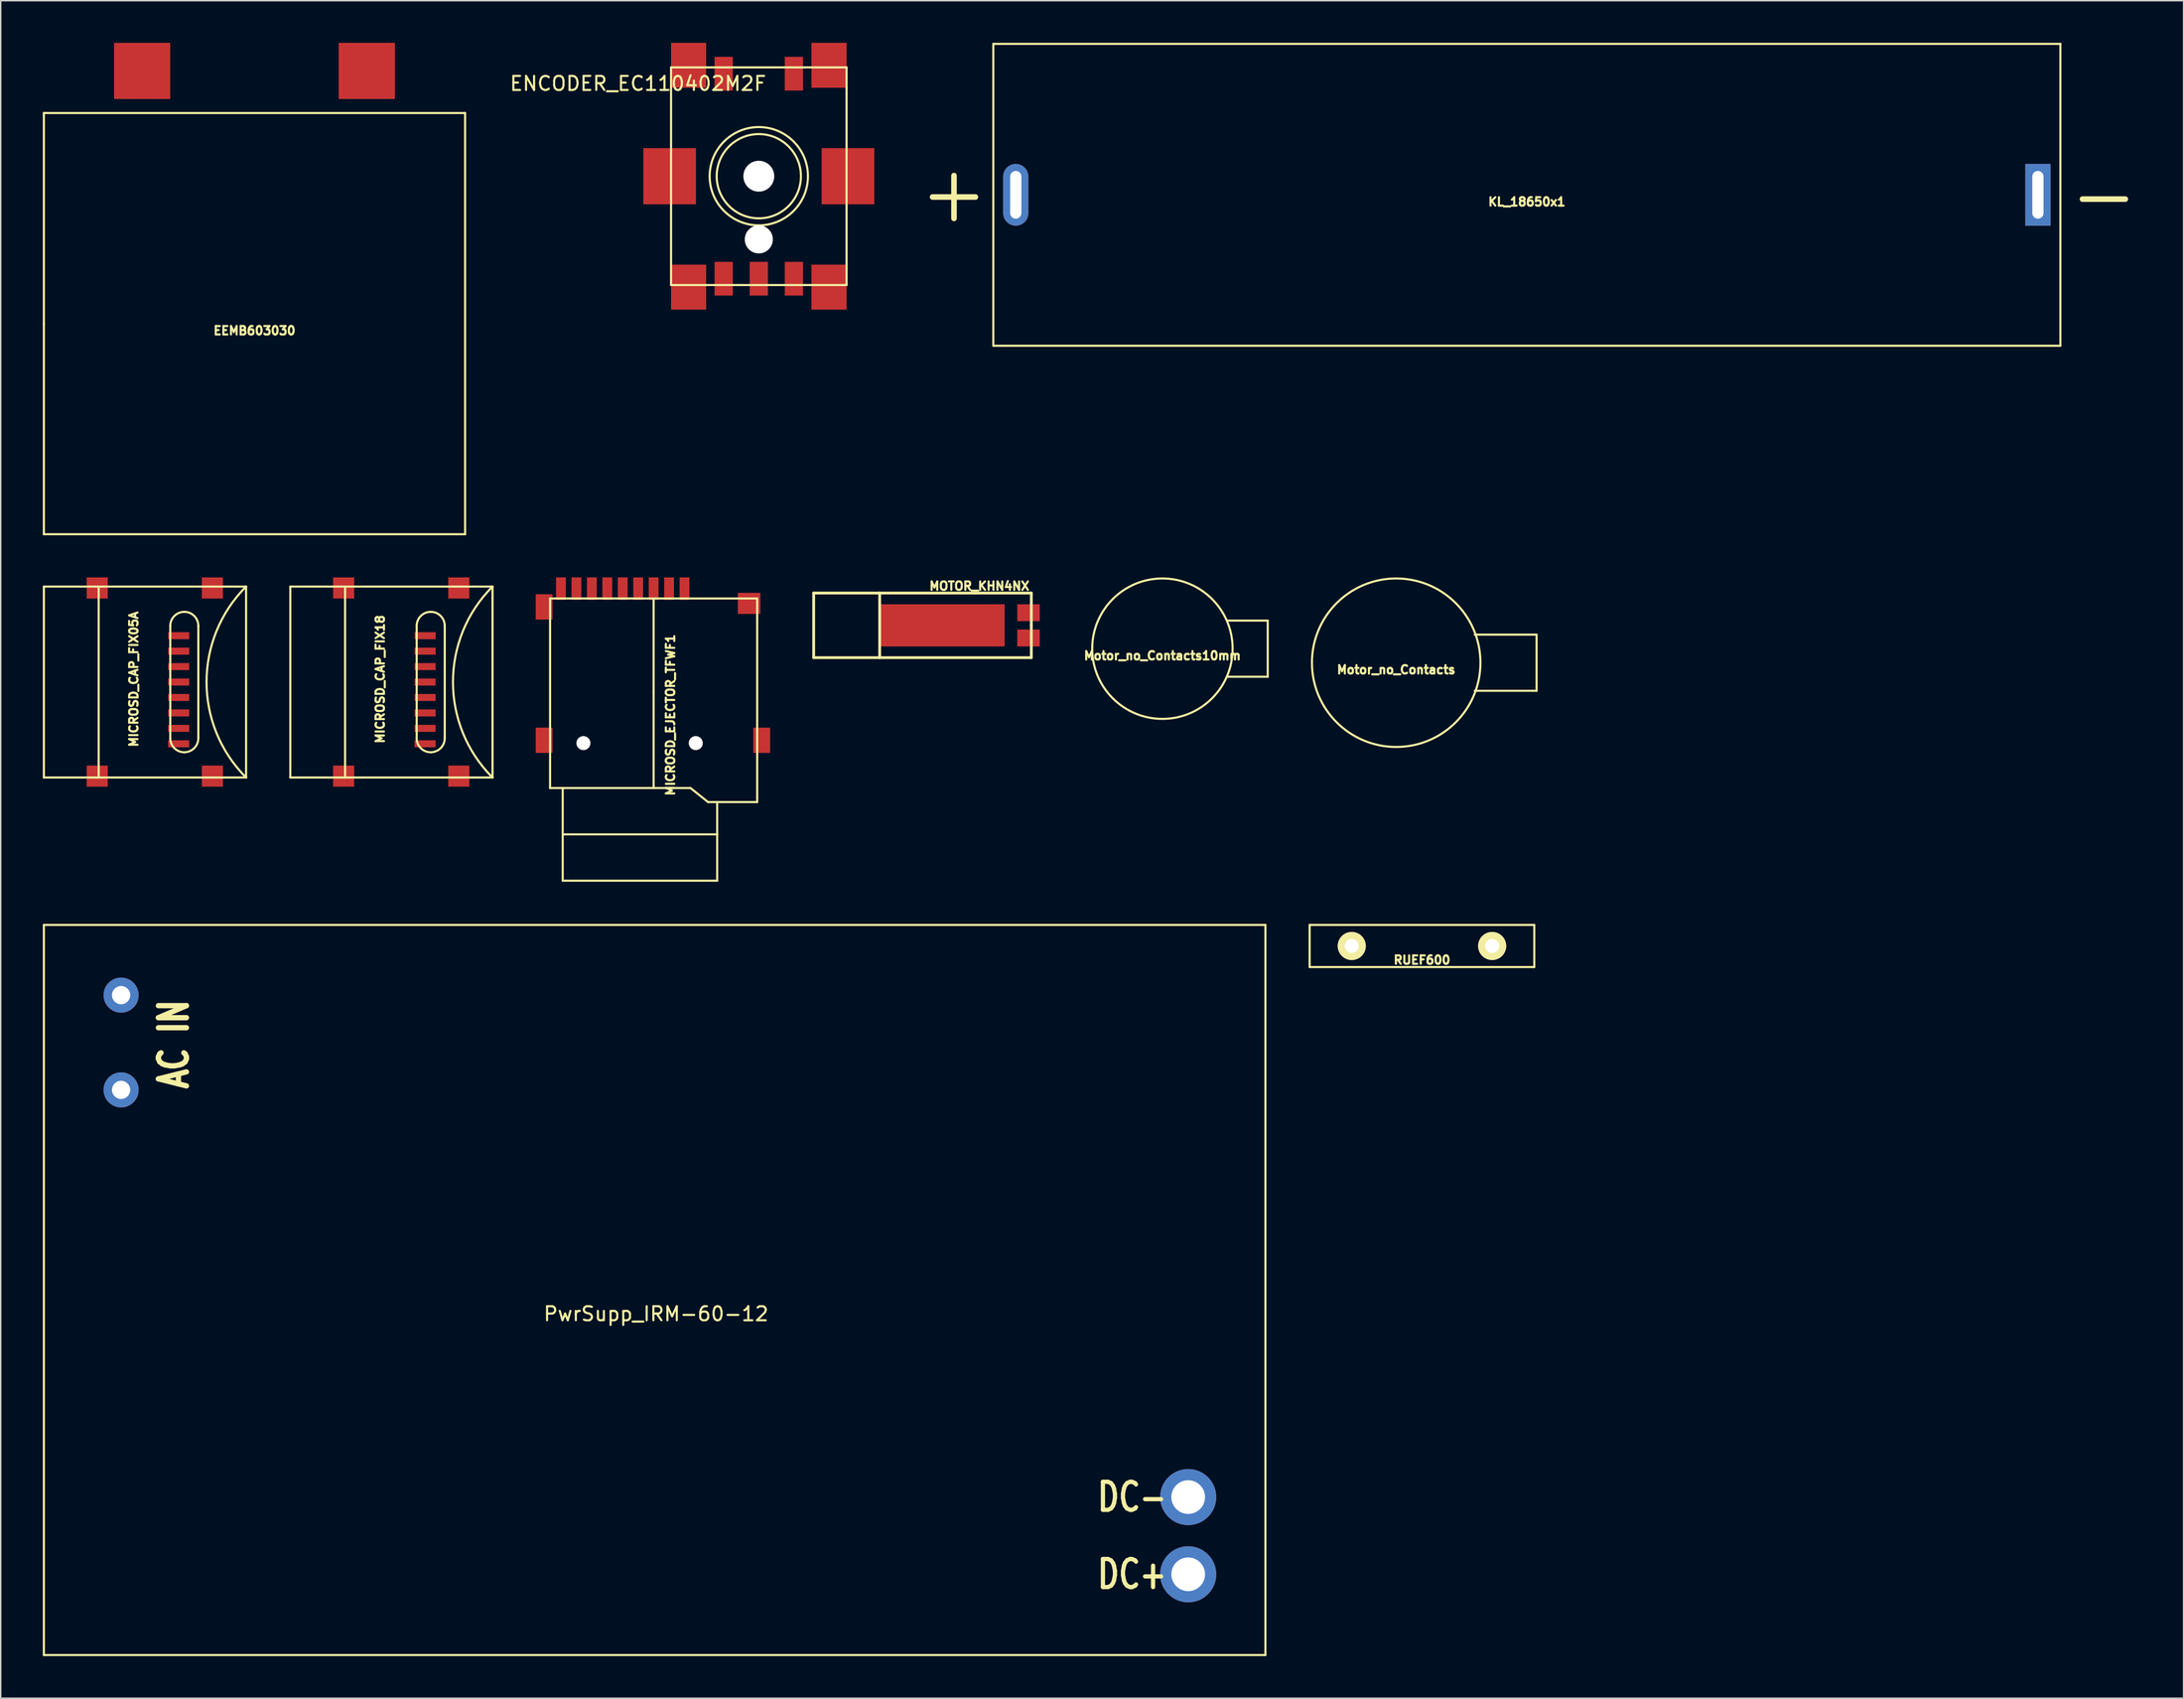
<source format=kicad_pcb>
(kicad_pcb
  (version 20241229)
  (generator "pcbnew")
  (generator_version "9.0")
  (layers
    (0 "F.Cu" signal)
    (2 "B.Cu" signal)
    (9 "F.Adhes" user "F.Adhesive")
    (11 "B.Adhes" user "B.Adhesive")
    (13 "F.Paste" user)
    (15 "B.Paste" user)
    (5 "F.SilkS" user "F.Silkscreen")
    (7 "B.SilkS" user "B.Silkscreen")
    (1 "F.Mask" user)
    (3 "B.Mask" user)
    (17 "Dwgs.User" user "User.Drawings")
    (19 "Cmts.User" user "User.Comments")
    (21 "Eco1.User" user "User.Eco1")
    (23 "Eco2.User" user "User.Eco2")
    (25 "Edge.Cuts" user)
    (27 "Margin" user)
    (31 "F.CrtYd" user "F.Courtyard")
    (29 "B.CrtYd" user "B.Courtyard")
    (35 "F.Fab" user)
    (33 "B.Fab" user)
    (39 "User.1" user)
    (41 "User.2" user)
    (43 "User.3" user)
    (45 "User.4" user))
  (footprint "MICROSD_CAP_FIX18"
    (layer "F.Cu")
    (at 24.827 45.526)
    (property "Reference" "MICROSD_CAP_FIX18" (at -0.8 -0.201 90) (layer "F.SilkS") (effects (font (size 0.599 0.599) (thickness 0.15))))
    (attr through_hole)
    (fp_line (start -7.201 -6.8) (end 7.201 -6.8) (stroke (width 0.15) (type solid)) (layer "F.SilkS"))
    (fp_line (start -7.201 6.8) (end -7.201 -6.8) (stroke (width 0.15) (type solid)) (layer "F.SilkS"))
    (fp_line (start -3.299 -6.8) (end -3.299 6.8) (stroke (width 0.15) (type solid)) (layer "F.SilkS"))
    (fp_line (start 1.801 -4) (end 1.801 4) (stroke (width 0.15) (type solid)) (layer "F.SilkS"))
    (fp_line (start 3.8 4) (end 3.8 -4) (stroke (width 0.15) (type solid)) (layer "F.SilkS"))
    (fp_line (start 7.201 -6.8) (end 7.201 6.8) (stroke (width 0.15) (type solid)) (layer "F.SilkS"))
    (fp_line (start 7.201 6.8) (end -7.201 6.8) (stroke (width 0.15) (type solid)) (layer "F.SilkS"))
    (fp_arc (start 1.80086 -4.0005) (mid 2.093232 -4.706348) (end 2.79908 -4.99872) (stroke (width 0.14986) (type solid)) (layer "F.SilkS"))
    (fp_arc (start 2.79908 -5.00126) (mid 3.506724 -4.708144) (end 3.79984 -4.0005) (stroke (width 0.14986) (type solid)) (layer "F.SilkS"))
    (fp_arc (start 2.79908 5.00126) (mid 2.091436 4.708144) (end 1.79832 4.0005) (stroke (width 0.14986) (type solid)) (layer "F.SilkS"))
    (fp_arc (start 3.79984 4.0005) (mid 3.506724 4.708144) (end 2.79908 5.00126) (stroke (width 0.14986) (type solid)) (layer "F.SilkS"))
    (fp_arc (start 7.2009 6.79958) (mid 4.384422 0) (end 7.2009 -6.79958) (stroke (width 0.14986) (type solid)) (layer "F.SilkS"))
    (pad "1" smd rect (at 2.4 -3.299) (size 1.501 0.5) (layers "F.Cu" "F.Mask" "F.Paste"))
    (pad "2" smd rect (at 2.4 -2.2) (size 1.501 0.5) (layers "F.Cu" "F.Mask" "F.Paste"))
    (pad "3" smd rect (at 2.4 -1.1) (size 1.501 0.5) (layers "F.Cu" "F.Mask" "F.Paste"))
    (pad "4" smd rect (at 2.4 0) (size 1.501 0.5) (layers "F.Cu" "F.Mask" "F.Paste"))
    (pad "5" smd rect (at 2.4 1.1) (size 1.501 0.5) (layers "F.Cu" "F.Mask" "F.Paste"))
    (pad "6" smd rect (at 2.4 2.2) (size 1.501 0.5) (layers "F.Cu" "F.Mask" "F.Paste"))
    (pad "7" smd rect (at 2.4 3.299) (size 1.501 0.5) (layers "F.Cu" "F.Mask" "F.Paste"))
    (pad "8" smd rect (at 2.4 4.399) (size 1.501 0.5) (layers "F.Cu" "F.Mask" "F.Paste"))
    (pad "H" smd rect (at -3.401 -6.701) (size 1.501 1.501) (layers "F.Cu" "F.Mask" "F.Paste"))
    (pad "H" smd rect (at -3.401 6.701) (size 1.501 1.501) (layers "F.Cu" "F.Mask" "F.Paste"))
    (pad "H" smd rect (at 4.801 -6.701) (size 1.501 1.501) (layers "F.Cu" "F.Mask" "F.Paste"))
    (pad "H" smd rect (at 4.801 6.701) (size 1.501 1.501) (layers "F.Cu" "F.Mask" "F.Paste")))
  (footprint "PwrSupp_IRM-60-12"
    (layer "F.Cu")
    (at 43.575 88.825)
    (property "Reference" "PwrSupp_IRM-60-12" (at 0.1 1.7 0) (layer "F.SilkS") (effects (font (size 1 1) (thickness 0.15))))
    (attr through_hole)
    (fp_line (start -43.5 -26) (end 43.5 -26) (stroke (width 0.15) (type solid)) (layer "F.SilkS"))
    (fp_line (start -43.5 26) (end -43.5 -26) (stroke (width 0.15) (type solid)) (layer "F.SilkS"))
    (fp_line (start 43.5 -26) (end 43.5 26) (stroke (width 0.15) (type solid)) (layer "F.SilkS"))
    (fp_line (start 43.5 26) (end -43.5 26) (stroke (width 0.15) (type solid)) (layer "F.SilkS"))
    (fp_text user "AC IN" (at -34.25 -17.5 90) (layer "F.SilkS") (effects (font (size 2 1.5) (thickness 0.375))))
    (fp_text user "DC-" (at 34 14.75 0) (layer "F.SilkS") (effects (font (size 2 1.5) (thickness 0.3))))
    (fp_text user "DC+" (at 34 20.25 0) (layer "F.SilkS") (effects (font (size 2 1.5) (thickness 0.3))))
    (pad "1" thru_hole circle (at -38 -21) (size 2.5 2.5) (drill 1.3) (layers "*.Cu" "*.Mask"))
    (pad "2" thru_hole circle (at -38 -14.25) (size 2.5 2.5) (drill 1.3) (layers "*.Cu" "*.Mask"))
    (pad "4" thru_hole circle (at 38 20.25) (size 4 4) (drill 2.4) (layers "*.Cu" "*.Mask"))
    (pad "5" thru_hole circle (at 38 14.75) (size 4 4) (drill 2.4) (layers "*.Cu" "*.Mask")))
  (footprint "Motor_no_Contacts"
    (layer "F.Cu")
    (at 96.39 44.15)
    (property "Reference" "Motor_no_Contacts" (at 0 0.5 0) (layer "F.SilkS") (effects (font (size 0.6 0.6) (thickness 0.15))))
    (attr through_hole)
    (fp_line (start 5.6 -2) (end 10 -2) (stroke (width 0.15) (type solid)) (layer "F.SilkS"))
    (fp_line (start 10 -2) (end 10 2) (stroke (width 0.15) (type solid)) (layer "F.SilkS"))
    (fp_line (start 10 2) (end 5.6 2) (stroke (width 0.15) (type solid)) (layer "F.SilkS"))
    (fp_circle (center 0 0) (end 6 0) (stroke (width 0.15) (type solid)) (fill no) (layer "F.SilkS")))
  (footprint "KL_18650x1"
    (layer "F.Cu")
    (at 105.695 10.825)
    (property "Reference" "KL_18650x1" (at 0 0.5 0) (layer "F.SilkS") (effects (font (size 0.6 0.6) (thickness 0.15))))
    (attr through_hole)
    (fp_line (start -38 -10.75) (end -38 10.75) (stroke (width 0.15) (type solid)) (layer "F.SilkS"))
    (fp_line (start -38 -10.75) (end 38 -10.75) (stroke (width 0.15) (type solid)) (layer "F.SilkS"))
    (fp_line (start -38 10.75) (end 38 10.75) (stroke (width 0.15) (type solid)) (layer "F.SilkS"))
    (fp_line (start 38 -10.75) (end 38 10.75) (stroke (width 0.15) (type solid)) (layer "F.SilkS"))
    (fp_text user "-" (at 41.1 0 0) (layer "F.SilkS") (effects (font (size 4 4) (thickness 0.4))))
    (fp_text user "+" (at -40.8 -0.15 0) (layer "F.SilkS") (effects (font (size 4 4) (thickness 0.4))))
    (pad "1" thru_hole rect (at 36.4 0) (size 1.8 4.4) (drill oval 0.8 3.4) (layers "*.Cu" "*.Mask"))
    (pad "2" thru_hole oval (at -36.4 0) (size 1.8 4.4) (drill oval 0.8 3.4) (layers "*.Cu" "*.Mask")))
  (footprint "Motor_no_Contacts10mm"
    (layer "F.Cu")
    (at 79.74 43.15)
    (property "Reference" "Motor_no_Contacts10mm" (at 0 0.5 0) (layer "F.SilkS") (effects (font (size 0.6 0.6) (thickness 0.15))))
    (attr through_hole)
    (fp_line (start 4.6 -2) (end 7.5 -2) (stroke (width 0.15) (type solid)) (layer "F.SilkS"))
    (fp_line (start 7.5 -2) (end 7.5 2) (stroke (width 0.15) (type solid)) (layer "F.SilkS"))
    (fp_line (start 7.5 2) (end 4.6 2) (stroke (width 0.15) (type solid)) (layer "F.SilkS"))
    (fp_circle (center 0 0) (end 5 0) (stroke (width 0.15) (type solid)) (fill no) (layer "F.SilkS")))
  (footprint "RUEF600"
    (layer "F.Cu")
    (at 98.225 64.325)
    (property "Reference" "RUEF600" (at 0 1 0) (layer "F.SilkS") (effects (font (size 0.6 0.6) (thickness 0.15))))
    (attr through_hole)
    (fp_line (start -8 -1.5) (end 8 -1.5) (stroke (width 0.15) (type solid)) (layer "F.SilkS"))
    (fp_line (start -8 1.5) (end -8 -1.5) (stroke (width 0.15) (type solid)) (layer "F.SilkS"))
    (fp_line (start 8 -1.5) (end 8 1.5) (stroke (width 0.15) (type solid)) (layer "F.SilkS"))
    (fp_line (start 8 1.5) (end -8 1.5) (stroke (width 0.15) (type solid)) (layer "F.SilkS"))
    (pad "1" thru_hole circle (at -5 0) (size 2 2) (drill 1) (layers "*.Cu" "*.Mask" "F.SilkS"))
    (pad "2" thru_hole circle (at 5 0) (size 2 2) (drill 1) (layers "*.Cu" "*.Mask" "F.SilkS")))
  (footprint "MOTOR_KHN4NX"
    (layer "F.Cu")
    (at 70.403 41.489)
    (property "Reference" "MOTOR_KHN4NX" (at -3.7 -2.8 0) (layer "F.SilkS") (effects (font (size 0.6 0.6) (thickness 0.15))))
    (attr through_hole)
    (fp_line (start -15.5 -2.3) (end -10.8 -2.3) (stroke (width 0.2) (type solid)) (layer "F.SilkS"))
    (fp_line (start -15.5 2.3) (end -15.5 -2.3) (stroke (width 0.2) (type solid)) (layer "F.SilkS"))
    (fp_line (start -10.8 -2.3) (end 0 -2.3) (stroke (width 0.2) (type solid)) (layer "F.SilkS"))
    (fp_line (start -10.8 2.3) (end -15.5 2.3) (stroke (width 0.2) (type solid)) (layer "F.SilkS"))
    (fp_line (start -10.8 2.3) (end -10.8 -2.3) (stroke (width 0.2) (type solid)) (layer "F.SilkS"))
    (fp_line (start 0 -2.3) (end 0 0) (stroke (width 0.2) (type solid)) (layer "F.SilkS"))
    (fp_line (start 0 0) (end 0 2.3) (stroke (width 0.2) (type solid)) (layer "F.SilkS"))
    (fp_line (start 0 2.3) (end -10.8 2.3) (stroke (width 0.2) (type solid)) (layer "F.SilkS"))
    (pad "1" smd rect (at -0.2 -0.9) (size 1.6 1.2) (layers "F.Cu" "F.Mask" "F.Paste"))
    (pad "2" smd rect (at -0.2 0.9) (size 1.6 1.2) (layers "F.Cu" "F.Mask" "F.Paste"))
    (pad "PAD" smd rect (at -6.3 0) (size 8.8 3) (layers "F.Cu" "F.Mask" "F.Paste")))
  (footprint "MICROSD_EJECTOR_TFWF1"
    (layer "F.Cu")
    (at 43.503 39.675)
    (property "Reference" "MICROSD_EJECTOR_TFWF1" (at 1.2 8.2 90) (layer "F.SilkS") (effects (font (size 0.6 0.6) (thickness 0.15))))
    (attr through_hole)
    (fp_line (start -7.375 -0.1) (end 7.375 -0.1) (stroke (width 0.15) (type solid)) (layer "F.SilkS"))
    (fp_line (start -7.375 13.4) (end -7.375 -0.1) (stroke (width 0.15) (type solid)) (layer "F.SilkS"))
    (fp_line (start -6.475 13.4) (end -6.475 20) (stroke (width 0.15) (type solid)) (layer "F.SilkS"))
    (fp_line (start -6.475 16.7) (end 4.525 16.7) (stroke (width 0.15) (type solid)) (layer "F.SilkS"))
    (fp_line (start -6.475 20) (end 4.525 20) (stroke (width 0.15) (type solid)) (layer "F.SilkS"))
    (fp_line (start 0 -0.1) (end 0 6.592) (stroke (width 0.15) (type solid)) (layer "F.SilkS"))
    (fp_line (start 0 6.6) (end 0 13.4) (stroke (width 0.15) (type solid)) (layer "F.SilkS"))
    (fp_line (start 2.625 13.4) (end -7.375 13.4) (stroke (width 0.15) (type solid)) (layer "F.SilkS"))
    (fp_line (start 3.875 14.4) (end 2.625 13.4) (stroke (width 0.15) (type solid)) (layer "F.SilkS"))
    (fp_line (start 4.525 20) (end 4.525 14.4) (stroke (width 0.15) (type solid)) (layer "F.SilkS"))
    (fp_line (start 7.375 -0.1) (end 7.375 14.4) (stroke (width 0.15) (type solid)) (layer "F.SilkS"))
    (fp_line (start 7.375 14.4) (end 3.875 14.4) (stroke (width 0.15) (type solid)) (layer "F.SilkS"))
    (pad "" np_thru_hole circle (at -5 10.2) (size 1 1) (drill 1) (layers "*.Cu" "*.Mask"))
    (pad "" np_thru_hole circle (at 3 10.2) (size 1 1) (drill 1) (layers "*.Cu" "*.Mask"))
    (pad "1" smd rect (at 2.2 -0.8) (size 0.7 1.6) (layers "F.Cu" "F.Mask" "F.Paste"))
    (pad "2" smd rect (at 1.1 -0.8) (size 0.7 1.6) (layers "F.Cu" "F.Mask" "F.Paste"))
    (pad "3" smd rect (at 0 -0.8) (size 0.7 1.6) (layers "F.Cu" "F.Mask" "F.Paste"))
    (pad "4" smd rect (at -1.1 -0.8) (size 0.7 1.6) (layers "F.Cu" "F.Mask" "F.Paste"))
    (pad "5" smd rect (at -2.2 -0.8) (size 0.7 1.6) (layers "F.Cu" "F.Mask" "F.Paste"))
    (pad "6" smd rect (at -3.3 -0.8) (size 0.7 1.6) (layers "F.Cu" "F.Mask" "F.Paste"))
    (pad "7" smd rect (at -4.4 -0.8) (size 0.7 1.6) (layers "F.Cu" "F.Mask" "F.Paste"))
    (pad "8" smd rect (at -5.5 -0.8) (size 0.7 1.6) (layers "F.Cu" "F.Mask" "F.Paste"))
    (pad "9" smd rect (at -6.6 -0.8) (size 0.7 1.6) (layers "F.Cu" "F.Mask" "F.Paste"))
    (pad "H" smd rect (at -7.8 0.5) (size 1.2 1.8) (layers "F.Cu" "F.Mask" "F.Paste"))
    (pad "H" smd rect (at -7.8 10) (size 1.2 1.8) (layers "F.Cu" "F.Mask" "F.Paste"))
    (pad "H" smd rect (at 6.8 0.25) (size 1.6 1.5) (layers "F.Cu" "F.Mask" "F.Paste"))
    (pad "H" smd rect (at 7.7 10) (size 1.2 1.8) (layers "F.Cu" "F.Mask" "F.Paste")))
  (footprint "EEMB603030"
    (layer "F.Cu")
    (at 15.075 20)
    (property "Reference" "EEMB603030" (at 0 0.5 0) (layer "F.SilkS") (effects (font (size 0.6 0.6) (thickness 0.15))))
    (attr through_hole)
    (fp_line (start -15 -15) (end 15 -15) (stroke (width 0.15) (type solid)) (layer "F.SilkS"))
    (fp_line (start -15 0) (end -15 -15) (stroke (width 0.15) (type solid)) (layer "F.SilkS"))
    (fp_line (start -15 15) (end -15 0) (stroke (width 0.15) (type solid)) (layer "F.SilkS"))
    (fp_line (start 15 -15) (end 15 15) (stroke (width 0.15) (type solid)) (layer "F.SilkS"))
    (fp_line (start 15 15) (end -15 15) (stroke (width 0.15) (type solid)) (layer "F.SilkS"))
    (pad "A" smd rect (at -8 -18) (size 4 4) (layers "F.Cu" "F.Mask" "F.Paste"))
    (pad "C" smd rect (at 8 -18) (size 4 4) (layers "F.Cu" "F.Mask" "F.Paste")))
  (footprint "MICROSD_CAP_FIX05A"
    (layer "F.Cu")
    (at 7.276 45.526)
    (property "Reference" "MICROSD_CAP_FIX05A" (at -0.8 -0.201 90) (layer "F.SilkS") (effects (font (size 0.599 0.599) (thickness 0.15))))
    (attr through_hole)
    (fp_line (start -7.201 -6.8) (end 7.201 -6.8) (stroke (width 0.15) (type solid)) (layer "F.SilkS"))
    (fp_line (start -7.201 6.8) (end -7.201 -6.8) (stroke (width 0.15) (type solid)) (layer "F.SilkS"))
    (fp_line (start -3.299 -6.8) (end -3.299 6.8) (stroke (width 0.15) (type solid)) (layer "F.SilkS"))
    (fp_line (start 1.801 -4) (end 1.801 4) (stroke (width 0.15) (type solid)) (layer "F.SilkS"))
    (fp_line (start 3.8 4) (end 3.8 -4) (stroke (width 0.15) (type solid)) (layer "F.SilkS"))
    (fp_line (start 7.201 -6.8) (end 7.201 6.8) (stroke (width 0.15) (type solid)) (layer "F.SilkS"))
    (fp_line (start 7.201 6.8) (end -7.201 6.8) (stroke (width 0.15) (type solid)) (layer "F.SilkS"))
    (fp_arc (start 1.80086 -4.0005) (mid 2.093232 -4.706348) (end 2.79908 -4.99872) (stroke (width 0.14986) (type solid)) (layer "F.SilkS"))
    (fp_arc (start 2.79908 -5.00126) (mid 3.506724 -4.708144) (end 3.79984 -4.0005) (stroke (width 0.14986) (type solid)) (layer "F.SilkS"))
    (fp_arc (start 2.79908 5.00126) (mid 2.091436 4.708144) (end 1.79832 4.0005) (stroke (width 0.14986) (type solid)) (layer "F.SilkS"))
    (fp_arc (start 3.79984 4.0005) (mid 3.506724 4.708144) (end 2.79908 5.00126) (stroke (width 0.14986) (type solid)) (layer "F.SilkS"))
    (fp_arc (start 7.2009 6.79958) (mid 4.384422 0) (end 7.2009 -6.79958) (stroke (width 0.14986) (type solid)) (layer "F.SilkS"))
    (pad "1" smd rect (at 2.4 -3.3) (size 1.5 0.5) (layers "F.Cu" "F.Mask" "F.Paste"))
    (pad "2" smd rect (at 2.4 -2.2) (size 1.5 0.5) (layers "F.Cu" "F.Mask" "F.Paste"))
    (pad "3" smd rect (at 2.4 -1.1) (size 1.5 0.5) (layers "F.Cu" "F.Mask" "F.Paste"))
    (pad "4" smd rect (at 2.4 0) (size 1.5 0.5) (layers "F.Cu" "F.Mask" "F.Paste"))
    (pad "5" smd rect (at 2.4 1.1) (size 1.5 0.5) (layers "F.Cu" "F.Mask" "F.Paste"))
    (pad "6" smd rect (at 2.4 2.2) (size 1.5 0.5) (layers "F.Cu" "F.Mask" "F.Paste"))
    (pad "7" smd rect (at 2.4 3.3) (size 1.5 0.5) (layers "F.Cu" "F.Mask" "F.Paste"))
    (pad "8" smd rect (at 2.4 4.399) (size 1.501 0.5) (layers "F.Cu" "F.Mask" "F.Paste"))
    (pad "H" smd rect (at -3.401 -6.701) (size 1.501 1.501) (layers "F.Cu" "F.Mask" "F.Paste"))
    (pad "H" smd rect (at -3.401 6.701) (size 1.501 1.501) (layers "F.Cu" "F.Mask" "F.Paste"))
    (pad "H" smd rect (at 4.801 -6.701) (size 1.501 1.501) (layers "F.Cu" "F.Mask" "F.Paste"))
    (pad "H" smd rect (at 4.801 6.701) (size 1.501 1.501) (layers "F.Cu" "F.Mask" "F.Paste")))
  (footprint "ENCODER_EC110402M2F"
    (layer "F.Cu")
    (at 50.994 9.5)
    (property "Reference" "ENCODER_EC110402M2F" (at -8.6 -6.6 0) (layer "F.SilkS") (effects (font (size 1 1) (thickness 0.15))))
    (attr through_hole)
    (fp_line (start -6.25 -7.75) (end 6.25 -7.75) (stroke (width 0.15) (type solid)) (layer "F.SilkS"))
    (fp_line (start -6.25 7.75) (end -6.25 -7.75) (stroke (width 0.15) (type solid)) (layer "F.SilkS"))
    (fp_line (start 6.25 -7.75) (end 6.25 7.75) (stroke (width 0.15) (type solid)) (layer "F.SilkS"))
    (fp_line (start 6.25 7.75) (end -6.25 7.75) (stroke (width 0.15) (type solid)) (layer "F.SilkS"))
    (fp_circle (center 0 0) (end 3 0) (stroke (width 0.15) (type solid)) (fill no) (layer "F.SilkS"))
    (fp_circle (center 0 0) (end 3.5 0) (stroke (width 0.15) (type solid)) (fill no) (layer "F.SilkS"))
    (pad "" np_thru_hole circle (at 0 0) (size 2.2 2.2) (drill 2.2) (layers "*.Cu" "*.Mask"))
    (pad "" np_thru_hole circle (at 0 4.5) (size 2 2) (drill 2) (layers "*.Cu" "*.Mask"))
    (pad "A" smd rect (at -2.5 7.3) (size 1.3 2.4) (layers "F.Cu" "F.Mask" "F.Paste"))
    (pad "B" smd rect (at 2.5 7.3) (size 1.3 2.4) (layers "F.Cu" "F.Mask" "F.Paste"))
    (pad "C" smd rect (at 0 7.3) (size 1.3 2.4) (layers "F.Cu" "F.Mask" "F.Paste"))
    (pad "D" smd rect (at 2.5 -7.3) (size 1.3 2.4) (layers "F.Cu" "F.Mask" "F.Paste"))
    (pad "E" smd rect (at -2.5 -7.3) (size 1.3 2.4) (layers "F.Cu" "F.Mask" "F.Paste"))
    (pad "PAD" smd rect (at -6.35 0) (size 3.75 4) (layers "F.Cu" "F.Mask" "F.Paste"))
    (pad "PAD" smd rect (at -5 -7.9) (size 2.5 3.2) (layers "F.Cu" "F.Mask" "F.Paste"))
    (pad "PAD" smd rect (at -5 7.9) (size 2.5 3.2) (layers "F.Cu" "F.Mask" "F.Paste"))
    (pad "PAD" smd rect (at 5 -7.9) (size 2.5 3.2) (layers "F.Cu" "F.Mask" "F.Paste"))
    (pad "PAD" smd rect (at 5 7.9) (size 2.5 3.2) (layers "F.Cu" "F.Mask" "F.Paste"))
    (pad "PAD" smd rect (at 6.35 0) (size 3.75 4) (layers "F.Cu" "F.Mask" "F.Paste")))
  (gr_rect
    (start -3 -3)
    (end 152.471 117.9)
    (stroke (width 0.1) (type default))
    (fill no)
    (layer "Edge.Cuts")))
</source>
